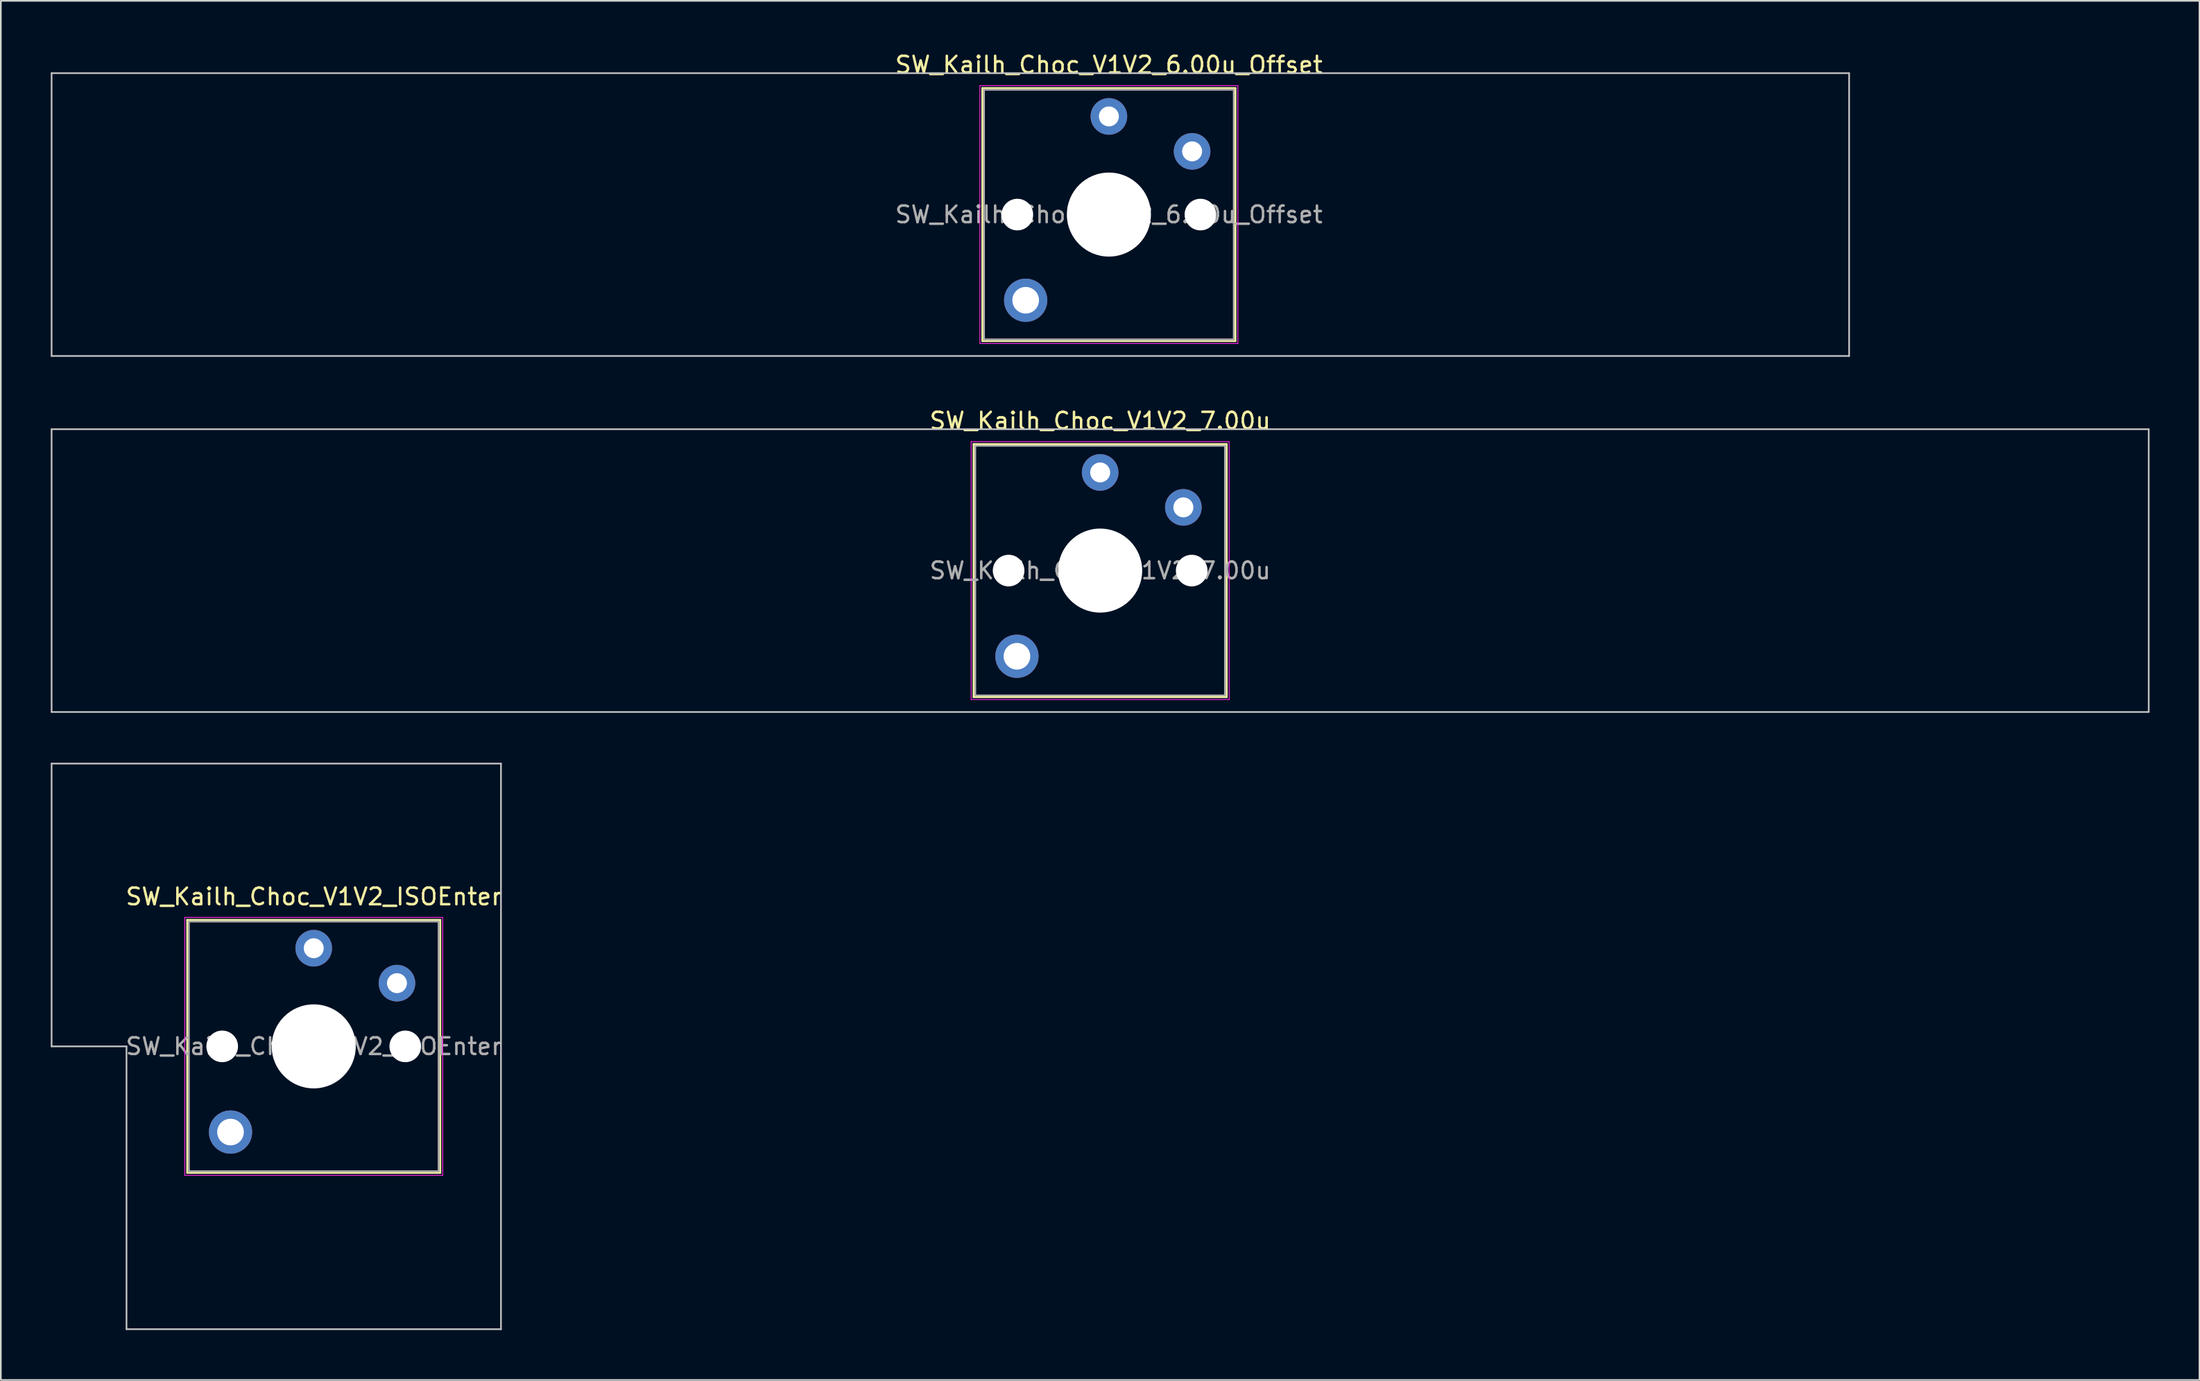
<source format=kicad_pcb>
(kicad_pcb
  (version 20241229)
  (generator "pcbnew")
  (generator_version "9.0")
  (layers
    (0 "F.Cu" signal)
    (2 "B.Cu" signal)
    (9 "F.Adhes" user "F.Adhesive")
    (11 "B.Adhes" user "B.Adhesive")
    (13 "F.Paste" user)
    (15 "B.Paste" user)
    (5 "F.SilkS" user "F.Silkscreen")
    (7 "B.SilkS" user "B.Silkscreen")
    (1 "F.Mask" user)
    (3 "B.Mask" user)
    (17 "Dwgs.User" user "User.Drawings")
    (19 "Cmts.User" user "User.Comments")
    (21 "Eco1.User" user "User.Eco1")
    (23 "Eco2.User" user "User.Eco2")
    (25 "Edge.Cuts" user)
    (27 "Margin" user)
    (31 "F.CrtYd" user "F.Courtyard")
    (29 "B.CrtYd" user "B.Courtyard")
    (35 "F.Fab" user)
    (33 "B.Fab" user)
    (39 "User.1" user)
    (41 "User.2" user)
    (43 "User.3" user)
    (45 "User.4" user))
  (footprint "SW_Kailh_Choc_V1V2_7.00u"
    (layer "F.Cu")
    (at 63.05 31.247)
    (property "Reference" "SW_Kailh_Choc_V1V2_7.00u" (at 0 -9 0) (layer "F.SilkS") (effects (font (size 1 1) (thickness 0.15))))
    (attr through_hole)
    (fp_line (start -7.6 -7.6) (end -7.6 7.6) (stroke (width 0.12) (type solid)) (layer "F.SilkS"))
    (fp_line (start -7.6 7.6) (end 7.6 7.6) (stroke (width 0.12) (type solid)) (layer "F.SilkS"))
    (fp_line (start 7.6 -7.6) (end -7.6 -7.6) (stroke (width 0.12) (type solid)) (layer "F.SilkS"))
    (fp_line (start 7.6 7.6) (end 7.6 -7.6) (stroke (width 0.12) (type solid)) (layer "F.SilkS"))
    (fp_line (start -63 -8.5) (end -63 8.5) (stroke (width 0.1) (type solid)) (layer "Dwgs.User"))
    (fp_line (start -63 8.5) (end 63 8.5) (stroke (width 0.1) (type solid)) (layer "Dwgs.User"))
    (fp_line (start 63 -8.5) (end -63 -8.5) (stroke (width 0.1) (type solid)) (layer "Dwgs.User"))
    (fp_line (start 63 8.5) (end 63 -8.5) (stroke (width 0.1) (type solid)) (layer "Dwgs.User"))
    (fp_line (start -7.25 -7.25) (end -7.25 7.25) (stroke (width 0.1) (type solid)) (layer "Eco1.User"))
    (fp_line (start -7.25 7.25) (end 7.25 7.25) (stroke (width 0.1) (type solid)) (layer "Eco1.User"))
    (fp_line (start 7.25 -7.25) (end -7.25 -7.25) (stroke (width 0.1) (type solid)) (layer "Eco1.User"))
    (fp_line (start 7.25 7.25) (end 7.25 -7.25) (stroke (width 0.1) (type solid)) (layer "Eco1.User"))
    (fp_line (start -7.75 -7.75) (end -7.75 7.75) (stroke (width 0.05) (type solid)) (layer "F.CrtYd"))
    (fp_line (start -7.75 7.75) (end 7.75 7.75) (stroke (width 0.05) (type solid)) (layer "F.CrtYd"))
    (fp_line (start 7.75 -7.75) (end -7.75 -7.75) (stroke (width 0.05) (type solid)) (layer "F.CrtYd"))
    (fp_line (start 7.75 7.75) (end 7.75 -7.75) (stroke (width 0.05) (type solid)) (layer "F.CrtYd"))
    (fp_line (start -7.5 -7.5) (end -7.5 7.5) (stroke (width 0.1) (type solid)) (layer "F.Fab"))
    (fp_line (start -7.5 7.5) (end 7.5 7.5) (stroke (width 0.1) (type solid)) (layer "F.Fab"))
    (fp_line (start 7.5 -7.5) (end -7.5 -7.5) (stroke (width 0.1) (type solid)) (layer "F.Fab"))
    (fp_line (start 7.5 7.5) (end 7.5 -7.5) (stroke (width 0.1) (type solid)) (layer "F.Fab"))
    (fp_text user "${REFERENCE}" (at 0 0 0) (layer "F.Fab") (effects (font (size 1 1) (thickness 0.15))))
    (pad "" np_thru_hole circle (at -5.5 0) (size 1.9 1.9) (drill 1.9) (layers "*.Cu" "*.Mask"))
    (pad "" smd circle (at -5 5.15) (size 1.65 1.65) (layers "F.Mask"))
    (pad "" thru_hole circle (at -5 5.15) (size 2.6 2.6) (drill 1.6) (layers "*.Cu" "B.Mask"))
    (pad "" smd circle (at 0 -5.9) (size 1.25 1.25) (layers "F.Mask"))
    (pad "" np_thru_hole circle (at 0 0) (size 5.05 5.05) (drill 5.05) (layers "*.Cu" "*.Mask"))
    (pad "" smd circle (at 5 -3.8) (size 1.25 1.25) (layers "F.Mask"))
    (pad "" np_thru_hole circle (at 5.5 0) (size 1.9 1.9) (drill 1.9) (layers "*.Cu" "*.Mask"))
    (pad "1" thru_hole circle (at 0 -5.9) (size 2.2 2.2) (drill 1.2) (layers "*.Cu" "B.Mask"))
    (pad "2" thru_hole circle (at 5 -3.8) (size 2.2 2.2) (drill 1.2) (layers "*.Cu" "B.Mask")))
  (footprint "SW_Kailh_Choc_V1V2_ISOEnter"
    (layer "F.Cu")
    (at 15.8 59.846)
    (property "Reference" "SW_Kailh_Choc_V1V2_ISOEnter" (at 0 -9 0) (layer "F.SilkS") (effects (font (size 1 1) (thickness 0.15))))
    (attr through_hole)
    (fp_line (start -7.6 -7.6) (end -7.6 7.6) (stroke (width 0.12) (type solid)) (layer "F.SilkS"))
    (fp_line (start -7.6 7.6) (end 7.6 7.6) (stroke (width 0.12) (type solid)) (layer "F.SilkS"))
    (fp_line (start 7.6 -7.6) (end -7.6 -7.6) (stroke (width 0.12) (type solid)) (layer "F.SilkS"))
    (fp_line (start 7.6 7.6) (end 7.6 -7.6) (stroke (width 0.12) (type solid)) (layer "F.SilkS"))
    (fp_line (start -15.75 -17) (end -15.75 0) (stroke (width 0.1) (type solid)) (layer "Dwgs.User"))
    (fp_line (start -15.75 0) (end -11.25 0) (stroke (width 0.1) (type solid)) (layer "Dwgs.User"))
    (fp_line (start -11.25 0) (end -11.25 17) (stroke (width 0.1) (type solid)) (layer "Dwgs.User"))
    (fp_line (start -11.25 17) (end 11.25 17) (stroke (width 0.1) (type solid)) (layer "Dwgs.User"))
    (fp_line (start 11.25 -17) (end -15.75 -17) (stroke (width 0.1) (type solid)) (layer "Dwgs.User"))
    (fp_line (start 11.25 17) (end 11.25 -17) (stroke (width 0.1) (type solid)) (layer "Dwgs.User"))
    (fp_line (start -7.25 -7.25) (end -7.25 7.25) (stroke (width 0.1) (type solid)) (layer "Eco1.User"))
    (fp_line (start -7.25 7.25) (end 7.25 7.25) (stroke (width 0.1) (type solid)) (layer "Eco1.User"))
    (fp_line (start 7.25 -7.25) (end -7.25 -7.25) (stroke (width 0.1) (type solid)) (layer "Eco1.User"))
    (fp_line (start 7.25 7.25) (end 7.25 -7.25) (stroke (width 0.1) (type solid)) (layer "Eco1.User"))
    (fp_line (start -7.75 -7.75) (end -7.75 7.75) (stroke (width 0.05) (type solid)) (layer "F.CrtYd"))
    (fp_line (start -7.75 7.75) (end 7.75 7.75) (stroke (width 0.05) (type solid)) (layer "F.CrtYd"))
    (fp_line (start 7.75 -7.75) (end -7.75 -7.75) (stroke (width 0.05) (type solid)) (layer "F.CrtYd"))
    (fp_line (start 7.75 7.75) (end 7.75 -7.75) (stroke (width 0.05) (type solid)) (layer "F.CrtYd"))
    (fp_line (start -7.5 -7.5) (end -7.5 7.5) (stroke (width 0.1) (type solid)) (layer "F.Fab"))
    (fp_line (start -7.5 7.5) (end 7.5 7.5) (stroke (width 0.1) (type solid)) (layer "F.Fab"))
    (fp_line (start 7.5 -7.5) (end -7.5 -7.5) (stroke (width 0.1) (type solid)) (layer "F.Fab"))
    (fp_line (start 7.5 7.5) (end 7.5 -7.5) (stroke (width 0.1) (type solid)) (layer "F.Fab"))
    (fp_text user "${REFERENCE}" (at 0 0 0) (layer "F.Fab") (effects (font (size 1 1) (thickness 0.15))))
    (pad "" np_thru_hole circle (at -5.5 0) (size 1.9 1.9) (drill 1.9) (layers "*.Cu" "*.Mask"))
    (pad "" smd circle (at -5 5.15) (size 1.65 1.65) (layers "F.Mask"))
    (pad "" thru_hole circle (at -5 5.15) (size 2.6 2.6) (drill 1.6) (layers "*.Cu" "B.Mask"))
    (pad "" smd circle (at 0 -5.9) (size 1.25 1.25) (layers "F.Mask"))
    (pad "" np_thru_hole circle (at 0 0) (size 5.05 5.05) (drill 5.05) (layers "*.Cu" "*.Mask"))
    (pad "" smd circle (at 5 -3.8) (size 1.25 1.25) (layers "F.Mask"))
    (pad "" np_thru_hole circle (at 5.5 0) (size 1.9 1.9) (drill 1.9) (layers "*.Cu" "*.Mask"))
    (pad "1" thru_hole circle (at 0 -5.9) (size 2.2 2.2) (drill 1.2) (layers "*.Cu" "B.Mask"))
    (pad "2" thru_hole circle (at 5 -3.8) (size 2.2 2.2) (drill 1.2) (layers "*.Cu" "B.Mask")))
  (footprint "SW_Kailh_Choc_V1V2_6.00u_Offset"
    (layer "F.Cu")
    (at 63.575 9.848)
    (property "Reference" "SW_Kailh_Choc_V1V2_6.00u_Offset" (at 0 -9 0) (layer "F.SilkS") (effects (font (size 1 1) (thickness 0.15))))
    (attr through_hole)
    (fp_line (start -7.6 -7.6) (end -7.6 7.6) (stroke (width 0.12) (type solid)) (layer "F.SilkS"))
    (fp_line (start -7.6 7.6) (end 7.6 7.6) (stroke (width 0.12) (type solid)) (layer "F.SilkS"))
    (fp_line (start 7.6 -7.6) (end -7.6 -7.6) (stroke (width 0.12) (type solid)) (layer "F.SilkS"))
    (fp_line (start 7.6 7.6) (end 7.6 -7.6) (stroke (width 0.12) (type solid)) (layer "F.SilkS"))
    (fp_line (start -63.525 -8.5) (end -63.525 8.5) (stroke (width 0.1) (type solid)) (layer "Dwgs.User"))
    (fp_line (start -63.525 8.5) (end 44.475 8.5) (stroke (width 0.1) (type solid)) (layer "Dwgs.User"))
    (fp_line (start 44.475 -8.5) (end -63.525 -8.5) (stroke (width 0.1) (type solid)) (layer "Dwgs.User"))
    (fp_line (start 44.475 8.5) (end 44.475 -8.5) (stroke (width 0.1) (type solid)) (layer "Dwgs.User"))
    (fp_line (start -7.25 -7.25) (end -7.25 7.25) (stroke (width 0.1) (type solid)) (layer "Eco1.User"))
    (fp_line (start -7.25 7.25) (end 7.25 7.25) (stroke (width 0.1) (type solid)) (layer "Eco1.User"))
    (fp_line (start 7.25 -7.25) (end -7.25 -7.25) (stroke (width 0.1) (type solid)) (layer "Eco1.User"))
    (fp_line (start 7.25 7.25) (end 7.25 -7.25) (stroke (width 0.1) (type solid)) (layer "Eco1.User"))
    (fp_line (start -7.75 -7.75) (end -7.75 7.75) (stroke (width 0.05) (type solid)) (layer "F.CrtYd"))
    (fp_line (start -7.75 7.75) (end 7.75 7.75) (stroke (width 0.05) (type solid)) (layer "F.CrtYd"))
    (fp_line (start 7.75 -7.75) (end -7.75 -7.75) (stroke (width 0.05) (type solid)) (layer "F.CrtYd"))
    (fp_line (start 7.75 7.75) (end 7.75 -7.75) (stroke (width 0.05) (type solid)) (layer "F.CrtYd"))
    (fp_line (start -7.5 -7.5) (end -7.5 7.5) (stroke (width 0.1) (type solid)) (layer "F.Fab"))
    (fp_line (start -7.5 7.5) (end 7.5 7.5) (stroke (width 0.1) (type solid)) (layer "F.Fab"))
    (fp_line (start 7.5 -7.5) (end -7.5 -7.5) (stroke (width 0.1) (type solid)) (layer "F.Fab"))
    (fp_line (start 7.5 7.5) (end 7.5 -7.5) (stroke (width 0.1) (type solid)) (layer "F.Fab"))
    (fp_text user "${REFERENCE}" (at 0 0 0) (layer "F.Fab") (effects (font (size 1 1) (thickness 0.15))))
    (pad "" np_thru_hole circle (at -5.5 0) (size 1.9 1.9) (drill 1.9) (layers "*.Cu" "*.Mask"))
    (pad "" smd circle (at -5 5.15) (size 1.65 1.65) (layers "F.Mask"))
    (pad "" thru_hole circle (at -5 5.15) (size 2.6 2.6) (drill 1.6) (layers "*.Cu" "B.Mask"))
    (pad "" smd circle (at 0 -5.9) (size 1.25 1.25) (layers "F.Mask"))
    (pad "" np_thru_hole circle (at 0 0) (size 5.05 5.05) (drill 5.05) (layers "*.Cu" "*.Mask"))
    (pad "" smd circle (at 5 -3.8) (size 1.25 1.25) (layers "F.Mask"))
    (pad "" np_thru_hole circle (at 5.5 0) (size 1.9 1.9) (drill 1.9) (layers "*.Cu" "*.Mask"))
    (pad "1" thru_hole circle (at 0 -5.9) (size 2.2 2.2) (drill 1.2) (layers "*.Cu" "B.Mask"))
    (pad "2" thru_hole circle (at 5 -3.8) (size 2.2 2.2) (drill 1.2) (layers "*.Cu" "B.Mask")))
  (gr_rect
    (start -3 -3)
    (end 129.1 79.897)
    (stroke (width 0.1) (type default))
    (fill no)
    (layer "Edge.Cuts")))
</source>
